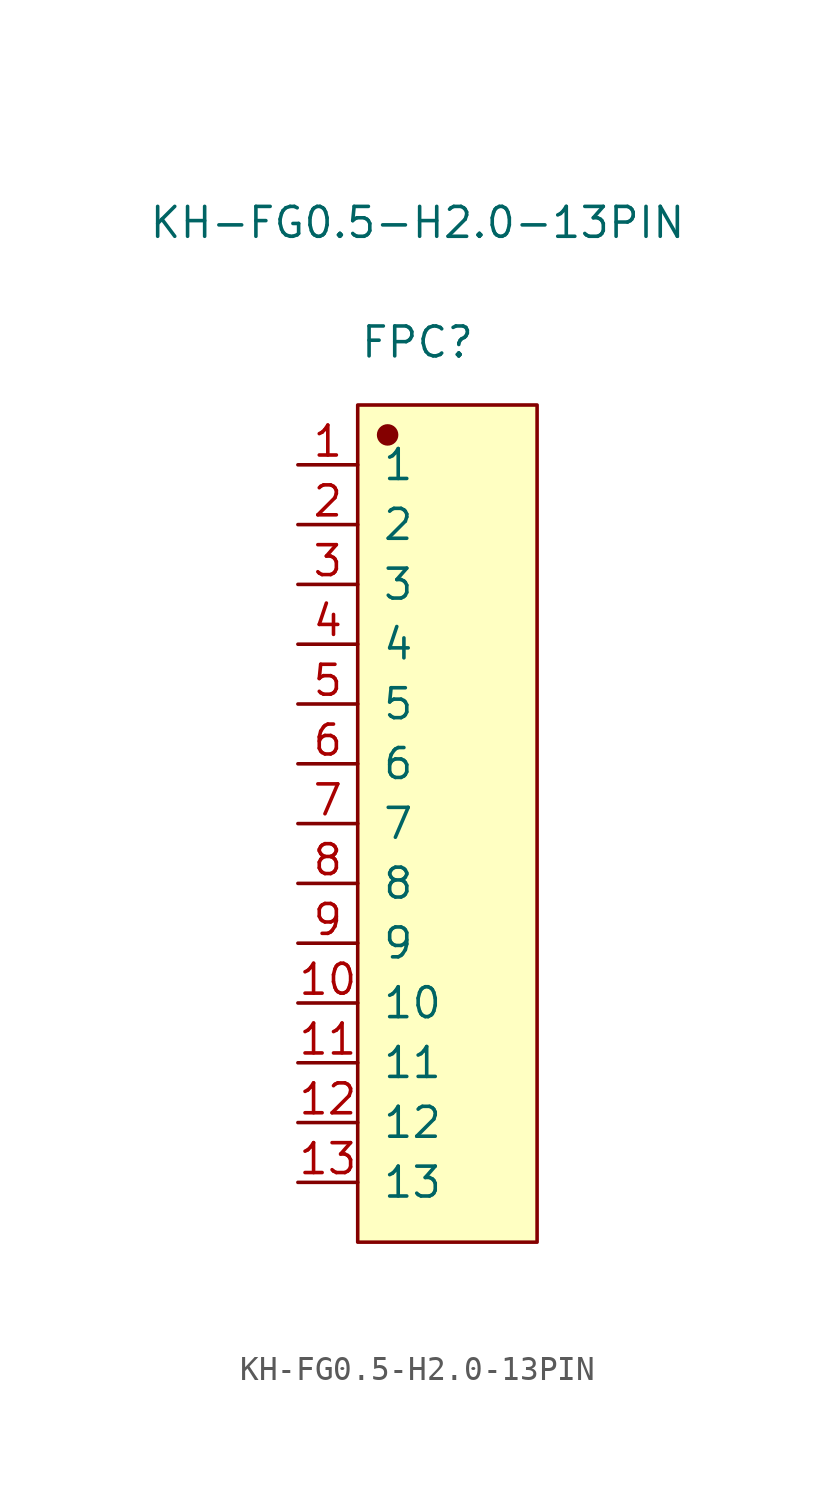
<source format=kicad_sym>
(kicad_symbol_lib
  (version 20220914)
  (generator kicad_symbol_editor)
  (symbol "KH-FG0.5-H2.0-13PIN"
    (pin_names
      (offset 1.016))
    (property "Reference" "FPC"
      (at 0 20.447 0)
      (effects (font (size 1.27 1.27))))
    (property "Value" "KH-FG0.5-H2.0-13PIN"
      (at 0 25.527 0)
      (effects (font (size 1.27 1.27))))
    (symbol "KH-FG0.5-H2.0-13PIN_1_1"
      (rectangle (start -2.54 17.78) (end 5.08 -17.78) (stroke (width 0.152) (type solid)) (fill (type background)))
      (circle (center -1.27 16.51) (radius 0.381) (stroke (width 0.152) (type solid)) (fill (type outline)))
      (pin input line (at -5.08 15.24 0) (length 2.54) (name "1" (effects (font (size 1.27 1.27)))) (number "1" (effects (font (size 1.27 1.27)))))
      (pin input line (at -5.08 -7.62 0) (length 2.54) (name "10" (effects (font (size 1.27 1.27)))) (number "10" (effects (font (size 1.27 1.27)))))
      (pin input line (at -5.08 -10.16 0) (length 2.54) (name "11" (effects (font (size 1.27 1.27)))) (number "11" (effects (font (size 1.27 1.27)))))
      (pin input line (at -5.08 -12.7 0) (length 2.54) (name "12" (effects (font (size 1.27 1.27)))) (number "12" (effects (font (size 1.27 1.27)))))
      (pin input line (at -5.08 -15.24 0) (length 2.54) (name "13" (effects (font (size 1.27 1.27)))) (number "13" (effects (font (size 1.27 1.27)))))
      (pin input line (at -5.08 12.7 0) (length 2.54) (name "2" (effects (font (size 1.27 1.27)))) (number "2" (effects (font (size 1.27 1.27)))))
      (pin input line (at -5.08 10.16 0) (length 2.54) (name "3" (effects (font (size 1.27 1.27)))) (number "3" (effects (font (size 1.27 1.27)))))
      (pin input line (at -5.08 7.62 0) (length 2.54) (name "4" (effects (font (size 1.27 1.27)))) (number "4" (effects (font (size 1.27 1.27)))))
      (pin input line (at -5.08 5.08 0) (length 2.54) (name "5" (effects (font (size 1.27 1.27)))) (number "5" (effects (font (size 1.27 1.27)))))
      (pin input line (at -5.08 2.54 0) (length 2.54) (name "6" (effects (font (size 1.27 1.27)))) (number "6" (effects (font (size 1.27 1.27)))))
      (pin input line (at -5.08 0 0) (length 2.54) (name "7" (effects (font (size 1.27 1.27)))) (number "7" (effects (font (size 1.27 1.27)))))
      (pin input line (at -5.08 -2.54 0) (length 2.54) (name "8" (effects (font (size 1.27 1.27)))) (number "8" (effects (font (size 1.27 1.27)))))
      (pin input line (at -5.08 -5.08 0) (length 2.54) (name "9" (effects (font (size 1.27 1.27)))) (number "9" (effects (font (size 1.27 1.27))))))))
</source>
